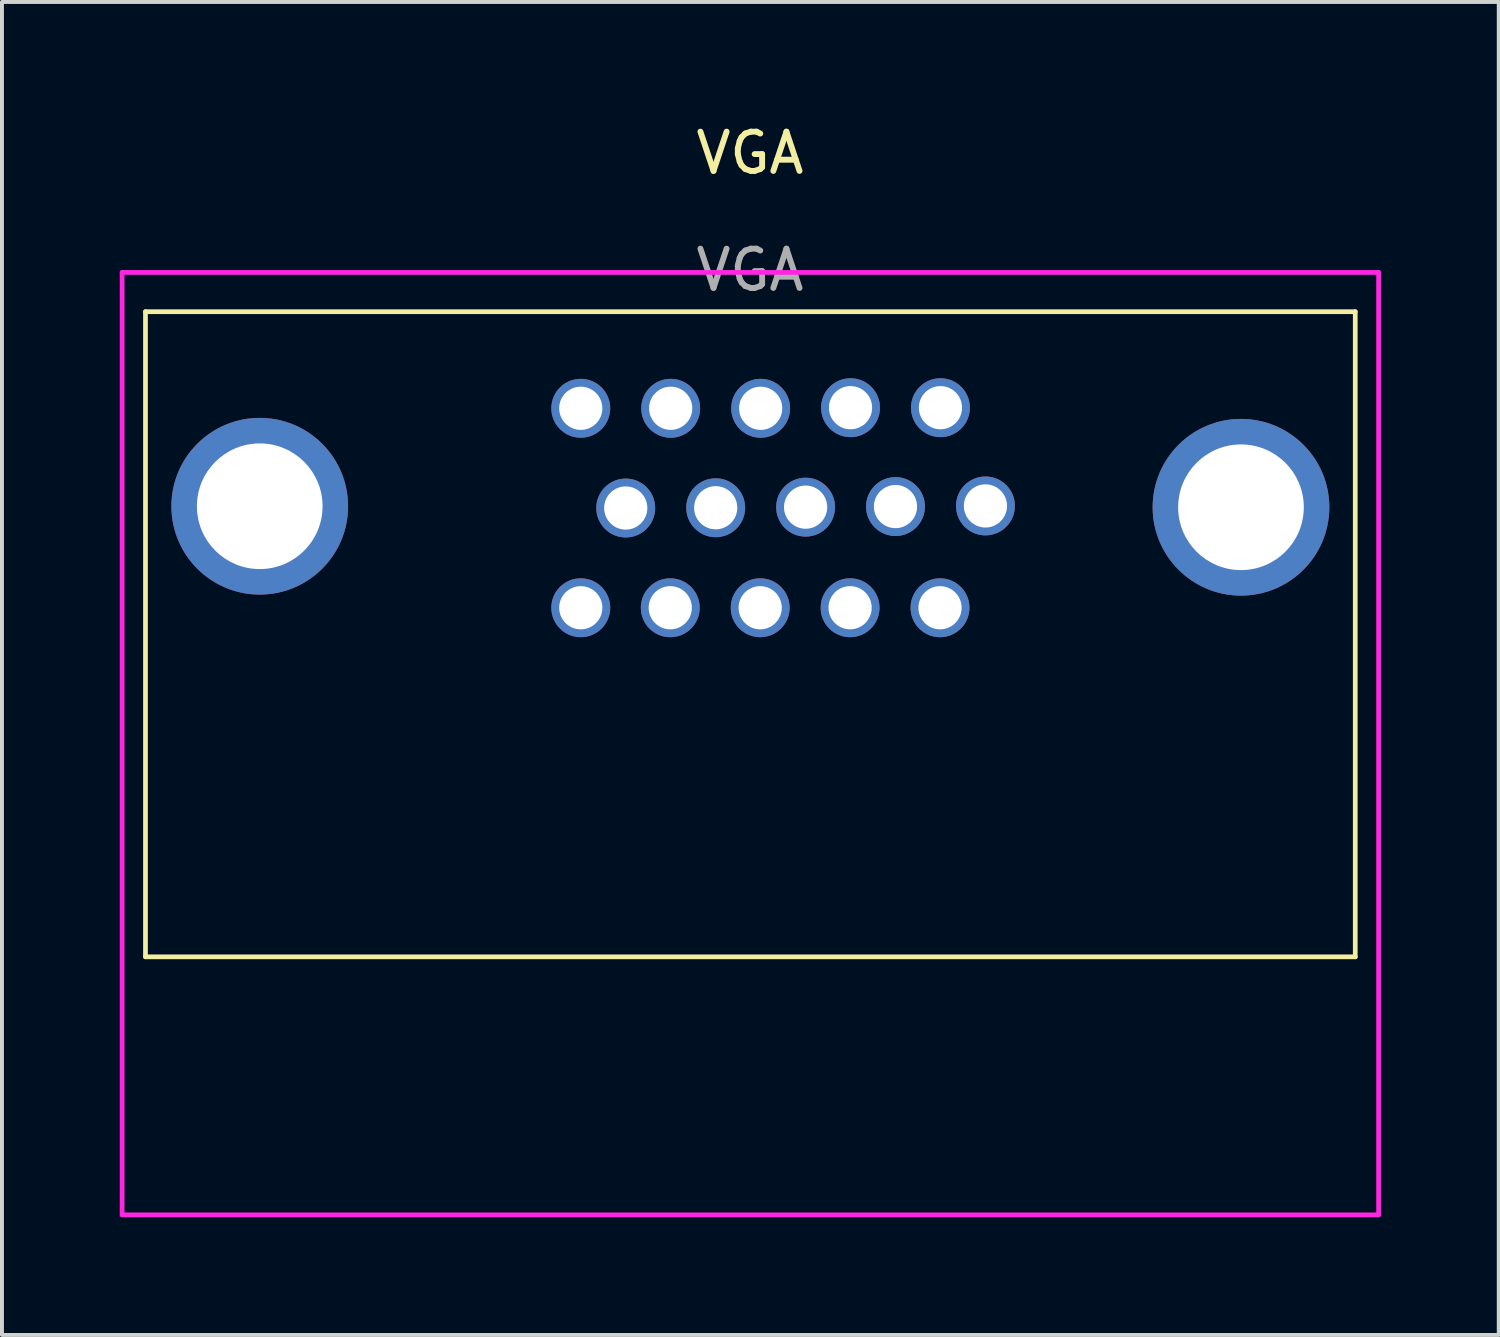
<source format=kicad_pcb>
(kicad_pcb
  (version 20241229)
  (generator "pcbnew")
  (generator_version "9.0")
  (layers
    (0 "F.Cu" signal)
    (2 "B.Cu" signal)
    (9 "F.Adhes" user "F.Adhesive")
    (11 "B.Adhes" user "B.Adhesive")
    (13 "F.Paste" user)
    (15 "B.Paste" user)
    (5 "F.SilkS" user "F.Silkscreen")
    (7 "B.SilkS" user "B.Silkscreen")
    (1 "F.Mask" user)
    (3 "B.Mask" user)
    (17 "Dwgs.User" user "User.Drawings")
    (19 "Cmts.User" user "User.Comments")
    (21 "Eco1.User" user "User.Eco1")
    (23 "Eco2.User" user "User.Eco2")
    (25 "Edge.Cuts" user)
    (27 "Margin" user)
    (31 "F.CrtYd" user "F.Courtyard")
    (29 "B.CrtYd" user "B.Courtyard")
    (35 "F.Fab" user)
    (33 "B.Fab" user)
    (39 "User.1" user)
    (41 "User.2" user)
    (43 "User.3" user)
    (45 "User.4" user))
  (footprint "VGA"
    (layer "F.Cu")
    (at 16.06 9.888)
    (property "Reference" "VGA" (at -0.01 -9.04 0) (unlocked yes) (layer "F.SilkS") (effects (font (size 1 1) (thickness 0.15))))
    (attr through_hole)
    (fp_line (start -15.405 -5) (end -15.405 11.43) (stroke (width 0.12) (type solid)) (layer "F.SilkS"))
    (fp_line (start -15.405 -5) (end 15.405 -5) (stroke (width 0.12) (type solid)) (layer "F.SilkS"))
    (fp_line (start -15.405 11.43) (end 15.405 11.43) (stroke (width 0.12) (type solid)) (layer "F.SilkS"))
    (fp_line (start 15.405 -5) (end 15.405 11.43) (stroke (width 0.12) (type solid)) (layer "F.SilkS"))
    (fp_line (start -16 -6) (end -16 18) (stroke (width 0.12) (type solid)) (layer "F.CrtYd"))
    (fp_line (start -16 18) (end 16 18) (stroke (width 0.12) (type solid)) (layer "F.CrtYd"))
    (fp_line (start 16 -6) (end -16 -6) (stroke (width 0.12) (type solid)) (layer "F.CrtYd"))
    (fp_line (start 16 18) (end 16 -6) (stroke (width 0.12) (type solid)) (layer "F.CrtYd"))
    (fp_text user "${REFERENCE}" (at -0.01 -6.06 0) (unlocked yes) (layer "F.Fab") (effects (font (size 1 1) (thickness 0.15))))
    (pad "" thru_hole circle (at -12.495 -0.045) (size 4.5 4.5) (drill 3.2) (layers "*.Cu" "*.Mask"))
    (pad "" thru_hole circle (at 12.495 -0.019) (size 4.5 4.5) (drill 3.2) (layers "*.Cu" "*.Mask"))
    (pad "1" thru_hole circle (at 4.841 -2.555) (size 1.5 1.5) (drill 1.1) (layers "*.Cu" "*.Mask"))
    (pad "2" thru_hole circle (at 2.551 -2.555) (size 1.5 1.5) (drill 1.1) (layers "*.Cu" "*.Mask"))
    (pad "3" thru_hole circle (at 0.262 -2.54) (size 1.5 1.5) (drill 1.1) (layers "*.Cu" "*.Mask"))
    (pad "4" thru_hole circle (at -2.029 -2.54) (size 1.5 1.5) (drill 1.1) (layers "*.Cu" "*.Mask"))
    (pad "5" thru_hole circle (at -4.319 -2.54) (size 1.5 1.5) (drill 1.1) (layers "*.Cu" "*.Mask"))
    (pad "6" thru_hole circle (at 5.987 -0.053) (size 1.5 1.5) (drill 1.1) (layers "*.Cu" "*.Mask"))
    (pad "7" thru_hole circle (at 3.696 -0.037) (size 1.5 1.5) (drill 1.1) (layers "*.Cu" "*.Mask"))
    (pad "8" thru_hole circle (at 1.407 -0.022) (size 1.5 1.5) (drill 1.1) (layers "*.Cu" "*.Mask"))
    (pad "9" thru_hole circle (at -0.883 -0.007) (size 1.5 1.5) (drill 1.1) (layers "*.Cu" "*.Mask"))
    (pad "10" thru_hole circle (at -3.174 0) (size 1.5 1.5) (drill 1.1) (layers "*.Cu" "*.Mask"))
    (pad "11" thru_hole circle (at 4.83 2.54) (size 1.5 1.5) (drill 1.1) (layers "*.Cu" "*.Mask"))
    (pad "12" thru_hole circle (at 2.54 2.54) (size 1.5 1.5) (drill 1.1) (layers "*.Cu" "*.Mask"))
    (pad "13" thru_hole circle (at 0.25 2.54) (size 1.5 1.5) (drill 1.1) (layers "*.Cu" "*.Mask"))
    (pad "14" thru_hole circle (at -2.04 2.54) (size 1.5 1.5) (drill 1.1) (layers "*.Cu" "*.Mask"))
    (pad "15" thru_hole circle (at -4.319 2.54) (size 1.5 1.5) (drill 1.1) (layers "*.Cu" "*.Mask")))
  (gr_rect
    (start -3 -3)
    (end 35.12 30.948)
    (stroke (width 0.1) (type default))
    (fill no)
    (layer "Edge.Cuts")))
</source>
